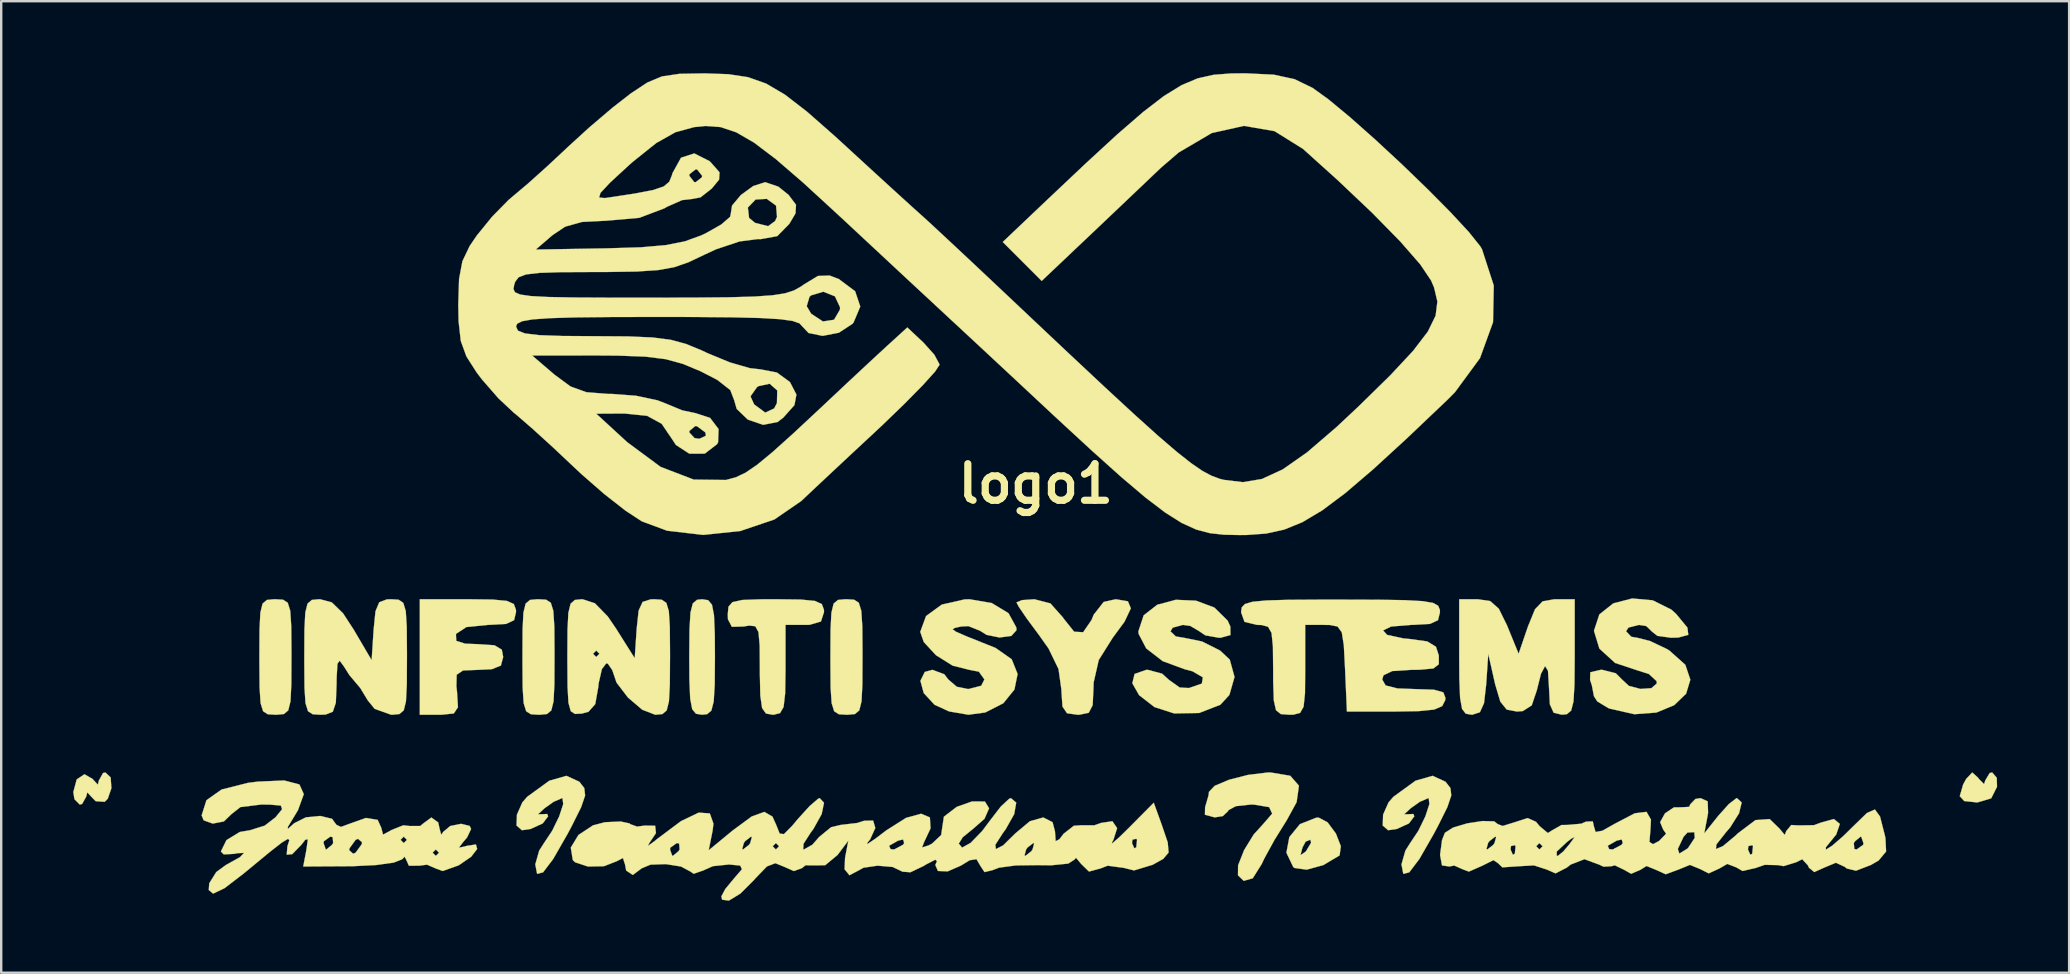
<source format=kicad_pcb>
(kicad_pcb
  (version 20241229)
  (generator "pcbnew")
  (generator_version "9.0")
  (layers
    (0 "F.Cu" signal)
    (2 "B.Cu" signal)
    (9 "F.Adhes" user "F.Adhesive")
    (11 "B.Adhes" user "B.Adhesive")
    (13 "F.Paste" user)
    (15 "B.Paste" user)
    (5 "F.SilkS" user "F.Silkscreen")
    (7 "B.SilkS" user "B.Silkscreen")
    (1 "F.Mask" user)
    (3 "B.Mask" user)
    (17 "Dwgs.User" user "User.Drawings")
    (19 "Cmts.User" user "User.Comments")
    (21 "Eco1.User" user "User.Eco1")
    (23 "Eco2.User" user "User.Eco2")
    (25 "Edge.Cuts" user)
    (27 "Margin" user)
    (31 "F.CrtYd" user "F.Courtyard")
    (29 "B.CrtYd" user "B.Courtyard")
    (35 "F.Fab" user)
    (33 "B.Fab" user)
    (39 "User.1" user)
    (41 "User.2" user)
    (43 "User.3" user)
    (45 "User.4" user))
  (footprint "logo1"
    (layer "F.Cu")
    (at 40.11 17.108)
    (property "Reference" "logo1" (at 0 0 0) (layer "F.SilkS") (effects (font (size 1.524 1.524) (thickness 0.3))))
    (attr through_hole)
    (fp_poly (pts (xy 40.047 12.253) (xy 40.057 12.628) (xy 39.815 13.109) (xy 39.236 13.281) (xy 38.691 13.222) (xy 38.505 13.018) (xy 38.646 12.53) (xy 38.773 12.299) (xy 39.024 12.032) (xy 39.263 12.245) (xy 39.299 12.299) (xy 39.518 12.517) (xy 39.566 12.366) (xy 39.751 12.055) (xy 39.856 12.032) (xy 40.047 12.253)) (stroke (width 0.01) (type solid)) (fill yes) (layer "F.SilkS"))
    (fp_poly (pts (xy -38.549 12.238) (xy -38.518 12.688) (xy -38.669 13.126) (xy -38.798 13.253) (xy -39.172 13.228) (xy -39.329 13.068) (xy -39.524 12.862) (xy -39.566 13.034) (xy -39.739 13.345) (xy -39.838 13.368) (xy -40.057 13.145) (xy -40.105 12.849) (xy -39.963 12.321) (xy -39.642 12.106) (xy -39.297 12.303) (xy -39.277 12.332) (xy -39.082 12.538) (xy -39.04 12.366) (xy -38.867 12.055) (xy -38.768 12.032) (xy -38.549 12.238)) (stroke (width 0.01) (type solid)) (fill yes) (layer "F.SilkS"))
    (fp_poly (pts (xy -13.649 4.853) (xy -13.491 5.041) (xy -13.407 5.48) (xy -13.374 6.27) (xy -13.368 7.219) (xy -13.377 8.362) (xy -13.419 9.073) (xy -13.517 9.452) (xy -13.692 9.602) (xy -13.903 9.625) (xy -14.157 9.585) (xy -14.315 9.397) (xy -14.399 8.958) (xy -14.433 8.168) (xy -14.438 7.219) (xy -14.429 6.076) (xy -14.387 5.365) (xy -14.29 4.986) (xy -14.114 4.836) (xy -13.903 4.813) (xy -13.649 4.853)) (stroke (width 0.01) (type solid)) (fill yes) (layer "F.SilkS"))
    (fp_poly (pts (xy -31.367 4.832) (xy -31.17 4.958) (xy -31.065 5.294) (xy -31.023 5.942) (xy -31.015 7.007) (xy -31.015 7.219) (xy -31.02 8.358) (xy -31.055 9.065) (xy -31.148 9.444) (xy -31.329 9.596) (xy -31.624 9.625) (xy -31.683 9.625) (xy -32 9.606) (xy -32.196 9.48) (xy -32.301 9.144) (xy -32.343 8.495) (xy -32.352 7.431) (xy -32.352 7.219) (xy -32.346 6.08) (xy -32.311 5.373) (xy -32.218 4.994) (xy -32.038 4.842) (xy -31.742 4.813) (xy -31.683 4.813) (xy -31.367 4.832)) (stroke (width 0.01) (type solid)) (fill yes) (layer "F.SilkS"))
    (fp_poly (pts (xy -20.405 4.832) (xy -20.208 4.958) (xy -20.103 5.294) (xy -20.061 5.942) (xy -20.053 7.007) (xy -20.053 7.219) (xy -20.058 8.358) (xy -20.093 9.065) (xy -20.186 9.444) (xy -20.366 9.596) (xy -20.662 9.625) (xy -20.721 9.625) (xy -21.037 9.606) (xy -21.234 9.48) (xy -21.339 9.144) (xy -21.381 8.495) (xy -21.389 7.431) (xy -21.389 7.219) (xy -21.384 6.08) (xy -21.349 5.373) (xy -21.256 4.994) (xy -21.076 4.842) (xy -20.78 4.813) (xy -20.721 4.813) (xy -20.405 4.832)) (stroke (width 0.01) (type solid)) (fill yes) (layer "F.SilkS"))
    (fp_poly (pts (xy -7.571 4.832) (xy -7.374 4.958) (xy -7.269 5.294) (xy -7.227 5.942) (xy -7.219 7.007) (xy -7.219 7.219) (xy -7.224 8.358) (xy -7.259 9.065) (xy -7.353 9.444) (xy -7.533 9.596) (xy -7.828 9.625) (xy -7.887 9.625) (xy -8.204 9.606) (xy -8.4 9.48) (xy -8.505 9.144) (xy -8.548 8.495) (xy -8.556 7.431) (xy -8.556 7.219) (xy -8.55 6.08) (xy -8.515 5.373) (xy -8.422 4.994) (xy -8.242 4.842) (xy -7.946 4.813) (xy -7.887 4.813) (xy -7.571 4.832)) (stroke (width 0.01) (type solid)) (fill yes) (layer "F.SilkS"))
    (fp_poly (pts (xy 12.162 14.11) (xy 12.509 14.578) (xy 12.714 15.105) (xy 12.663 15.481) (xy 12.646 15.497) (xy 11.98 15.892) (xy 11.29 16.081) (xy 10.783 16.012) (xy 10.728 15.968) (xy 10.493 15.474) (xy 11.032 15.474) (xy 11.227 15.346) (xy 11.263 15.311) (xy 11.474 14.961) (xy 11.445 14.832) (xy 11.246 14.912) (xy 11.113 15.162) (xy 11.032 15.474) (xy 10.493 15.474) (xy 10.446 15.374) (xy 10.567 14.725) (xy 11.008 14.185) (xy 11.683 13.918) (xy 11.788 13.912) (xy 12.162 14.11)) (stroke (width 0.01) (type solid)) (fill yes) (layer "F.SilkS"))
    (fp_poly (pts (xy -22.637 4.825) (xy -22.035 4.883) (xy -21.747 5.015) (xy -21.66 5.251) (xy -21.657 5.347) (xy -21.738 5.685) (xy -22.071 5.842) (xy -22.795 5.882) (xy -22.831 5.882) (xy -23.724 5.971) (xy -24.143 6.246) (xy -24.16 6.283) (xy -24.147 6.547) (xy -23.773 6.665) (xy -23.253 6.684) (xy -22.556 6.73) (xy -22.25 6.914) (xy -22.192 7.219) (xy -22.287 7.576) (xy -22.666 7.729) (xy -23.207 7.754) (xy -23.866 7.781) (xy -24.13 7.96) (xy -24.142 8.436) (xy -24.114 8.689) (xy -24.077 9.314) (xy -24.25 9.572) (xy -24.757 9.625) (xy -24.836 9.625) (xy -25.667 9.625) (xy -25.667 4.813) (xy -23.662 4.813) (xy -22.637 4.825)) (stroke (width 0.01) (type solid)) (fill yes) (layer "F.SilkS"))
    (fp_poly (pts (xy -19.019 12.417) (xy -18.813 12.681) (xy -18.778 12.992) (xy -18.943 13.477) (xy -19.334 14.262) (xy -19.504 14.582) (xy -20.108 15.636) (xy -20.53 16.193) (xy -20.778 16.258) (xy -20.855 15.863) (xy -20.691 15.287) (xy -20.505 14.994) (xy -20.152 14.464) (xy -19.857 13.859) (xy -19.69 13.348) (xy -19.72 13.104) (xy -19.74 13.101) (xy -20.089 13.253) (xy -20.469 13.522) (xy -20.74 13.773) (xy -20.654 13.774) (xy -20.357 13.761) (xy -20.32 13.859) (xy -20.544 14.155) (xy -21.052 14.386) (xy -21.411 14.438) (xy -21.636 14.242) (xy -21.619 13.788) (xy -21.393 13.277) (xy -21.189 13.043) (xy -20.269 12.375) (xy -19.556 12.171) (xy -19.019 12.417)) (stroke (width 0.01) (type solid)) (fill yes) (layer "F.SilkS"))
    (fp_poly (pts (xy 3.841 4.898) (xy 3.964 5.192) (xy 3.7 5.748) (xy 3.208 6.417) (xy 2.626 7.344) (xy 2.413 8.279) (xy 2.406 8.527) (xy 2.372 9.228) (xy 2.209 9.544) (xy 1.826 9.624) (xy 1.738 9.625) (xy 1.304 9.565) (xy 1.114 9.285) (xy 1.07 8.632) (xy 1.069 8.576) (xy 0.949 7.721) (xy 0.532 6.863) (xy 0.134 6.301) (xy -0.372 5.618) (xy -0.712 5.119) (xy -0.802 4.944) (xy -0.571 4.849) (xy -0.058 4.813) (xy 0.612 4.986) (xy 1.138 5.578) (xy 1.163 5.619) (xy 1.6 6.166) (xy 1.976 6.187) (xy 2.324 5.679) (xy 2.416 5.455) (xy 2.832 4.925) (xy 3.335 4.813) (xy 3.841 4.898)) (stroke (width 0.01) (type solid)) (fill yes) (layer "F.SilkS"))
    (fp_poly (pts (xy 10.606 12.169) (xy 10.968 12.582) (xy 10.871 13.269) (xy 10.457 14.025) (xy 9.947 14.844) (xy 9.524 15.617) (xy 9.419 15.842) (xy 9.043 16.44) (xy 8.667 16.548) (xy 8.427 16.317) (xy 8.432 15.902) (xy 8.682 15.269) (xy 9.082 14.616) (xy 9.474 14.185) (xy 9.853 13.746) (xy 9.727 13.476) (xy 9.094 13.37) (xy 8.957 13.368) (xy 8.338 13.436) (xy 8.029 13.601) (xy 8.021 13.636) (xy 7.796 13.849) (xy 7.458 13.903) (xy 7.05 13.792) (xy 7.057 13.48) (xy 7.2 12.988) (xy 7.219 12.838) (xy 7.456 12.588) (xy 8.055 12.335) (xy 8.844 12.133) (xy 9.654 12.034) (xy 9.786 12.032) (xy 10.606 12.169)) (stroke (width 0.01) (type solid)) (fill yes) (layer "F.SilkS"))
    (fp_poly (pts (xy 17.076 12.417) (xy 17.281 12.681) (xy 17.316 12.992) (xy 17.152 13.477) (xy 16.761 14.262) (xy 16.591 14.582) (xy 15.987 15.636) (xy 15.564 16.193) (xy 15.317 16.258) (xy 15.24 15.863) (xy 15.404 15.287) (xy 15.589 14.994) (xy 15.942 14.464) (xy 16.237 13.859) (xy 16.404 13.348) (xy 16.375 13.104) (xy 16.355 13.101) (xy 16.006 13.253) (xy 15.625 13.522) (xy 15.354 13.773) (xy 15.441 13.774) (xy 15.737 13.761) (xy 15.775 13.859) (xy 15.551 14.155) (xy 15.043 14.386) (xy 14.683 14.438) (xy 14.459 14.242) (xy 14.475 13.788) (xy 14.702 13.277) (xy 14.906 13.043) (xy 15.826 12.375) (xy 16.538 12.171) (xy 17.076 12.417)) (stroke (width 0.01) (type solid)) (fill yes) (layer "F.SilkS"))
    (fp_poly (pts (xy -9.803 4.825) (xy -9.202 4.883) (xy -8.913 5.015) (xy -8.826 5.251) (xy -8.823 5.347) (xy -8.949 5.739) (xy -9.418 5.877) (xy -9.625 5.882) (xy -10.427 5.882) (xy -10.427 7.754) (xy -10.442 8.737) (xy -10.507 9.301) (xy -10.655 9.558) (xy -10.92 9.625) (xy -10.962 9.625) (xy -11.241 9.576) (xy -11.402 9.351) (xy -11.477 8.837) (xy -11.497 7.922) (xy -11.497 7.723) (xy -11.504 6.737) (xy -11.554 6.178) (xy -11.687 5.938) (xy -11.944 5.91) (xy -12.165 5.948) (xy -12.662 5.962) (xy -12.826 5.649) (xy -12.834 5.444) (xy -12.804 5.123) (xy -12.64 4.934) (xy -12.229 4.843) (xy -11.459 4.815) (xy -10.828 4.813) (xy -9.803 4.825)) (stroke (width 0.01) (type solid)) (fill yes) (layer "F.SilkS"))
    (fp_poly (pts (xy -1.831 4.973) (xy -1.136 5.393) (xy -0.811 5.984) (xy -0.802 6.104) (xy -1.017 6.342) (xy -1.51 6.407) (xy -2.052 6.296) (xy -2.324 6.124) (xy -2.809 5.932) (xy -3.113 5.949) (xy -3.37 6.007) (xy -3.465 6.064) (xy -3.321 6.168) (xy -2.86 6.368) (xy -2.004 6.71) (xy -1.671 6.844) (xy -1.002 7.313) (xy -0.756 7.927) (xy -0.888 8.576) (xy -1.351 9.147) (xy -2.101 9.53) (xy -2.807 9.625) (xy -3.613 9.487) (xy -4.218 9.209) (xy -4.668 8.722) (xy -4.806 8.212) (xy -4.623 7.842) (xy -4.307 7.754) (xy -3.808 7.94) (xy -3.646 8.155) (xy -3.29 8.46) (xy -2.816 8.556) (xy -2.272 8.418) (xy -2.139 8.155) (xy -2.369 7.831) (xy -2.771 7.754) (xy -3.466 7.578) (xy -4.158 7.144) (xy -4.665 6.596) (xy -4.813 6.172) (xy -4.57 5.512) (xy -3.916 5.036) (xy -2.963 4.819) (xy -2.761 4.813) (xy -1.831 4.973)) (stroke (width 0.01) (type solid)) (fill yes) (layer "F.SilkS"))
    (fp_poly (pts (xy 6.679 4.873) (xy 7.444 5.159) (xy 7.995 5.702) (xy 8.109 5.949) (xy 8.114 6.305) (xy 7.71 6.416) (xy 7.627 6.417) (xy 7.065 6.317) (xy 6.818 6.149) (xy 6.441 5.925) (xy 6.134 5.882) (xy 5.708 5.997) (xy 5.615 6.149) (xy 5.839 6.364) (xy 6.167 6.417) (xy 6.929 6.573) (xy 7.68 6.95) (xy 8.084 7.326) (xy 8.284 8.052) (xy 8.07 8.799) (xy 7.694 9.209) (xy 6.806 9.553) (xy 5.767 9.571) (xy 4.946 9.306) (xy 4.307 8.81) (xy 4.025 8.313) (xy 4.119 7.925) (xy 4.61 7.755) (xy 4.666 7.754) (xy 5.264 7.913) (xy 5.559 8.179) (xy 5.998 8.491) (xy 6.385 8.513) (xy 6.922 8.327) (xy 6.965 8.068) (xy 6.534 7.816) (xy 6.205 7.729) (xy 5.292 7.393) (xy 4.605 6.863) (xy 4.286 6.254) (xy 4.278 6.149) (xy 4.498 5.482) (xy 5.065 5.041) (xy 5.839 4.836) (xy 6.679 4.873)) (stroke (width 0.01) (type solid)) (fill yes) (layer "F.SilkS"))
    (fp_poly (pts (xy 18.939 4.889) (xy 19.297 5.209) (xy 19.64 5.906) (xy 19.657 5.949) (xy 20.122 7.085) (xy 20.511 5.949) (xy 20.803 5.233) (xy 21.122 4.9) (xy 21.611 4.813) (xy 21.679 4.813) (xy 22.459 4.813) (xy 22.459 7.219) (xy 22.45 8.362) (xy 22.408 9.073) (xy 22.311 9.452) (xy 22.135 9.602) (xy 21.924 9.625) (xy 21.58 9.54) (xy 21.424 9.19) (xy 21.389 8.511) (xy 21.345 7.794) (xy 21.225 7.597) (xy 21.053 7.919) (xy 20.88 8.609) (xy 20.669 9.235) (xy 20.299 9.472) (xy 20.05 9.492) (xy 19.626 9.411) (xy 19.359 9.08) (xy 19.146 8.363) (xy 19.129 8.288) (xy 18.857 7.085) (xy 18.771 8.355) (xy 18.681 9.141) (xy 18.508 9.522) (xy 18.19 9.625) (xy 18.166 9.625) (xy 17.919 9.582) (xy 17.765 9.383) (xy 17.683 8.928) (xy 17.651 8.115) (xy 17.646 7.219) (xy 17.646 4.813) (xy 18.419 4.813) (xy 18.939 4.889)) (stroke (width 0.01) (type solid)) (fill yes) (layer "F.SilkS"))
    (fp_poly (pts (xy -26.546 4.833) (xy -26.354 4.965) (xy -26.251 5.309) (xy -26.21 5.969) (xy -26.202 7.048) (xy -26.202 7.219) (xy -26.208 8.358) (xy -26.243 9.065) (xy -26.336 9.444) (xy -26.516 9.596) (xy -26.81 9.625) (xy -26.861 9.625) (xy -27.547 9.381) (xy -27.837 9.024) (xy -28.146 8.514) (xy -28.337 8.288) (xy -28.604 7.969) (xy -28.824 7.62) (xy -29.005 7.372) (xy -29.098 7.5) (xy -29.132 8.073) (xy -29.135 8.355) (xy -29.165 9.124) (xy -29.29 9.498) (xy -29.587 9.617) (xy -29.812 9.625) (xy -30.128 9.606) (xy -30.324 9.48) (xy -30.43 9.144) (xy -30.472 8.495) (xy -30.48 7.431) (xy -30.48 7.219) (xy -30.474 6.08) (xy -30.439 5.372) (xy -30.345 4.994) (xy -30.166 4.842) (xy -29.872 4.813) (xy -29.823 4.813) (xy -29.334 4.943) (xy -28.864 5.4) (xy -28.419 6.083) (xy -27.673 7.353) (xy -27.591 6.083) (xy -27.513 5.312) (xy -27.356 4.937) (xy -27.039 4.819) (xy -26.856 4.813) (xy -26.546 4.833)) (stroke (width 0.01) (type solid)) (fill yes) (layer "F.SilkS"))
    (fp_poly (pts (xy 25.711 4.858) (xy 26.491 5.247) (xy 26.69 5.431) (xy 27.157 5.996) (xy 27.192 6.297) (xy 26.779 6.409) (xy 26.469 6.417) (xy 25.906 6.339) (xy 25.667 6.153) (xy 25.667 6.149) (xy 25.443 5.932) (xy 25.133 5.882) (xy 24.698 5.994) (xy 24.598 6.149) (xy 24.819 6.377) (xy 25.066 6.418) (xy 25.596 6.553) (xy 26.29 6.882) (xy 26.403 6.949) (xy 27.069 7.544) (xy 27.278 8.166) (xy 27.101 8.749) (xy 26.606 9.227) (xy 25.864 9.534) (xy 24.945 9.604) (xy 23.918 9.371) (xy 23.863 9.35) (xy 23.4 9.071) (xy 23.261 8.854) (xy 23.173 8.397) (xy 23.099 8.177) (xy 23.11 7.855) (xy 23.547 7.754) (xy 23.605 7.754) (xy 24.171 7.897) (xy 24.427 8.155) (xy 24.719 8.425) (xy 25.197 8.55) (xy 25.653 8.519) (xy 25.88 8.324) (xy 25.869 8.222) (xy 25.546 7.926) (xy 25.131 7.796) (xy 24.143 7.468) (xy 23.487 6.87) (xy 23.261 6.128) (xy 23.486 5.445) (xy 24.065 4.985) (xy 24.855 4.78) (xy 25.711 4.858)) (stroke (width 0.01) (type solid)) (fill yes) (layer "F.SilkS"))
    (fp_poly (pts (xy -15.584 4.833) (xy -15.392 4.965) (xy -15.289 5.309) (xy -15.248 5.969) (xy -15.24 7.048) (xy -15.24 7.219) (xy -15.247 8.359) (xy -15.284 9.066) (xy -15.378 9.445) (xy -15.556 9.597) (xy -15.843 9.625) (xy -15.858 9.625) (xy -16.399 9.415) (xy -16.995 8.907) (xy -17.469 8.285) (xy -17.646 7.765) (xy -17.832 7.496) (xy -17.898 7.486) (xy -18.079 7.723) (xy -18.213 8.309) (xy -18.232 8.489) (xy -18.356 9.184) (xy -18.639 9.503) (xy -18.916 9.577) (xy -19.2 9.593) (xy -19.377 9.477) (xy -19.472 9.13) (xy -19.51 8.453) (xy -19.518 7.349) (xy -19.518 7.238) (xy -19.517 7.085) (xy -18.448 7.085) (xy -18.315 7.219) (xy -18.181 7.085) (xy -18.315 6.952) (xy -18.448 7.085) (xy -19.517 7.085) (xy -19.512 6.093) (xy -19.476 5.38) (xy -19.383 4.998) (xy -19.207 4.843) (xy -18.922 4.813) (xy -18.888 4.813) (xy -18.372 4.979) (xy -17.833 5.531) (xy -17.485 6.042) (xy -16.711 7.271) (xy -16.629 6.042) (xy -16.548 5.286) (xy -16.382 4.925) (xy -16.046 4.817) (xy -15.894 4.813) (xy -15.584 4.833)) (stroke (width 0.01) (type solid)) (fill yes) (layer "F.SilkS"))
    (fp_poly (pts (xy 14.271 4.833) (xy 15.386 4.851) (xy 16.122 4.892) (xy 16.558 4.966) (xy 16.771 5.084) (xy 16.84 5.254) (xy 16.844 5.357) (xy 16.762 5.686) (xy 16.427 5.841) (xy 15.703 5.882) (xy 15.641 5.882) (xy 14.809 5.95) (xy 14.474 6.111) (xy 14.642 6.298) (xy 15.321 6.445) (xy 15.574 6.468) (xy 16.316 6.571) (xy 16.676 6.791) (xy 16.796 7.152) (xy 16.797 7.521) (xy 16.573 7.697) (xy 15.995 7.751) (xy 15.66 7.754) (xy 14.86 7.805) (xy 14.492 7.978) (xy 14.438 8.155) (xy 14.579 8.405) (xy 15.07 8.529) (xy 15.794 8.556) (xy 16.599 8.583) (xy 16.986 8.694) (xy 17.074 8.931) (xy 17.061 9.024) (xy 16.936 9.267) (xy 16.604 9.41) (xy 15.953 9.476) (xy 14.969 9.492) (xy 12.967 9.492) (xy 12.888 7.687) (xy 12.838 6.732) (xy 12.753 6.192) (xy 12.577 5.949) (xy 12.254 5.885) (xy 12.019 5.882) (xy 11.229 5.882) (xy 11.229 7.754) (xy 11.22 8.731) (xy 11.162 9.291) (xy 11.016 9.549) (xy 10.739 9.622) (xy 10.561 9.625) (xy 10.212 9.598) (xy 10.012 9.437) (xy 9.92 9.028) (xy 9.894 8.253) (xy 9.893 7.754) (xy 9.883 6.776) (xy 9.826 6.216) (xy 9.679 5.958) (xy 9.402 5.886) (xy 9.224 5.882) (xy 8.699 5.756) (xy 8.556 5.354) (xy 8.583 5.154) (xy 8.715 5.012) (xy 9.032 4.918) (xy 9.61 4.863) (xy 10.528 4.836) (xy 11.865 4.828) (xy 12.7 4.828) (xy 14.271 4.833)) (stroke (width 0.01) (type solid)) (fill yes) (layer "F.SilkS"))
    (fp_poly (pts (xy -30.683 12.531) (xy -30.5 12.935) (xy -30.742 13.599) (xy -30.885 13.838) (xy -31.169 14.306) (xy -31.161 14.379) (xy -30.897 14.144) (xy -30.413 13.901) (xy -29.817 13.843) (xy -29.323 13.962) (xy -29.143 14.211) (xy -28.951 14.301) (xy -28.626 14.18) (xy -27.909 13.926) (xy -27.422 14.007) (xy -27.272 14.337) (xy -27.2 14.62) (xy -26.906 14.467) (xy -26.874 14.441) (xy -26.354 14.233) (xy -26.08 14.263) (xy -25.649 14.262) (xy -25.526 14.159) (xy -25.183 13.908) (xy -24.9 14.113) (xy -24.844 14.371) (xy -24.776 14.624) (xy -24.688 14.505) (xy -24.398 14.262) (xy -23.946 14.171) (xy -23.59 14.258) (xy -23.528 14.384) (xy -23.696 14.738) (xy -23.863 14.935) (xy -24.039 15.166) (xy -23.776 15.111) (xy -23.729 15.094) (xy -23.328 15.031) (xy -23.276 15.219) (xy -23.528 15.545) (xy -24.041 15.897) (xy -24.048 15.901) (xy -24.712 16.138) (xy -25.006 16.03) (xy -25.366 15.873) (xy -25.69 15.916) (xy -26.121 15.917) (xy -26.206 15.726) (xy -26.296 15.541) (xy -26.407 15.651) (xy -26.753 15.787) (xy -27.484 15.889) (xy -28.448 15.937) (xy -28.564 15.938) (xy -30.524 15.949) (xy -30.395 15.272) (xy -28.608 15.272) (xy -28.444 15.417) (xy -28.341 15.374) (xy -25.133 15.374) (xy -24.999 15.507) (xy -24.865 15.374) (xy -24.999 15.24) (xy -25.133 15.374) (xy -28.341 15.374) (xy -28.084 15.019) (xy -28.074 14.941) (xy -28.19 14.839) (xy -26.469 14.839) (xy -26.336 14.973) (xy -26.202 14.839) (xy -26.336 14.705) (xy -26.469 14.839) (xy -28.19 14.839) (xy -28.238 14.796) (xy -28.341 14.839) (xy -28.598 15.193) (xy -28.608 15.272) (xy -30.395 15.272) (xy -30.394 15.265) (xy -30.352 14.973) (xy -29.678 14.973) (xy -29.587 15.233) (xy -29.56 15.24) (xy -29.332 15.053) (xy -29.277 14.973) (xy -29.298 14.726) (xy -29.395 14.705) (xy -29.667 14.899) (xy -29.678 14.973) (xy -30.352 14.973) (xy -30.33 14.815) (xy -30.438 14.834) (xy -30.602 15.045) (xy -30.983 15.436) (xy -31.213 15.456) (xy -31.182 15.1) (xy -31.171 15.068) (xy -31.102 14.852) (xy -31.159 14.797) (xy -31.409 14.947) (xy -31.918 15.344) (xy -32.753 16.033) (xy -33.001 16.238) (xy -33.803 16.853) (xy -34.278 17.08) (xy -34.461 16.93) (xy -34.441 16.65) (xy -34.149 16.182) (xy -33.748 15.888) (xy -33.155 15.557) (xy -32.992 15.382) (xy -33.284 15.396) (xy -33.395 15.423) (xy -33.835 15.445) (xy -33.956 15.325) (xy -33.724 14.851) (xy -33.17 14.512) (xy -32.741 14.438) (xy -32.13 14.247) (xy -31.683 13.903) (xy -31.405 13.563) (xy -31.457 13.41) (xy -31.922 13.37) (xy -32.282 13.368) (xy -33.142 13.474) (xy -33.518 13.769) (xy -33.83 14.072) (xy -34.295 14.161) (xy -34.672 14.026) (xy -34.758 13.821) (xy -34.557 13.187) (xy -33.928 12.743) (xy -32.832 12.465) (xy -32.423 12.413) (xy -31.316 12.365) (xy -30.683 12.531)) (stroke (width 0.01) (type solid)) (fill yes) (layer "F.SilkS"))
    (fp_poly (pts (xy 29.417 13.281) (xy 29.308 13.732) (xy 28.937 14.321) (xy 28.755 14.533) (xy 28.363 15.031) (xy 28.344 15.222) (xy 28.632 15.103) (xy 29.157 14.666) (xy 29.253 14.572) (xy 29.991 14.016) (xy 30.584 13.973) (xy 30.993 14.371) (xy 31.213 14.635) (xy 31.274 14.474) (xy 31.484 14.22) (xy 31.779 14.238) (xy 32.431 14.227) (xy 32.717 14.121) (xy 33.26 13.971) (xy 33.508 14.175) (xy 33.356 14.618) (xy 33.263 14.732) (xy 32.927 15.146) (xy 32.926 15.248) (xy 33.191 15.08) (xy 33.315 14.973) (xy 34.089 14.973) (xy 34.111 15.219) (xy 34.207 15.24) (xy 34.48 15.046) (xy 34.491 14.973) (xy 34.399 14.712) (xy 34.373 14.705) (xy 34.144 14.893) (xy 34.089 14.973) (xy 33.315 14.973) (xy 33.654 14.679) (xy 34.071 14.269) (xy 34.635 13.721) (xy 34.969 13.574) (xy 35.182 13.867) (xy 35.38 14.64) (xy 35.407 14.764) (xy 35.435 15.325) (xy 35.124 15.699) (xy 34.801 15.886) (xy 34.181 16.125) (xy 33.792 16.031) (xy 33.722 15.968) (xy 33.343 15.793) (xy 32.874 15.988) (xy 32.441 16.182) (xy 32.219 15.998) (xy 32.181 15.908) (xy 31.94 15.647) (xy 31.686 15.773) (xy 31.164 15.934) (xy 30.936 15.892) (xy 30.376 15.88) (xy 30.007 16.009) (xy 29.452 16.137) (xy 29.195 15.987) (xy 28.817 15.842) (xy 28.486 16.033) (xy 28.043 16.236) (xy 27.694 16.059) (xy 27.26 15.882) (xy 26.78 16.078) (xy 26.253 16.273) (xy 25.87 16.099) (xy 25.452 15.928) (xy 25.191 16.091) (xy 24.811 16.253) (xy 24.518 16.087) (xy 24.132 15.901) (xy 23.99 15.938) (xy 23.661 15.958) (xy 23.479 15.872) (xy 22.866 15.645) (xy 22.289 15.87) (xy 22.13 15.995) (xy 21.662 16.236) (xy 21.299 16.078) (xy 20.759 15.903) (xy 20.091 15.941) (xy 19.445 15.985) (xy 19.251 15.802) (xy 19.072 15.685) (xy 18.607 15.917) (xy 18.05 16.162) (xy 17.796 16.068) (xy 17.44 15.91) (xy 17.237 15.949) (xy 16.929 15.905) (xy 16.848 15.469) (xy 16.881 15.223) (xy 18.781 15.223) (xy 18.818 15.24) (xy 19.785 15.24) (xy 19.883 15.46) (xy 19.964 15.418) (xy 19.973 15.329) (xy 21.709 15.329) (xy 21.711 15.503) (xy 21.758 15.507) (xy 21.981 15.325) (xy 22.185 15.086) (xy 23.834 15.086) (xy 23.897 15.226) (xy 24.047 15.24) (xy 24.09 15.217) (xy 26.756 15.217) (xy 26.819 15.411) (xy 27.099 15.24) (xy 29.678 15.24) (xy 29.776 15.46) (xy 29.856 15.418) (xy 29.888 15.101) (xy 29.856 15.062) (xy 29.697 15.098) (xy 29.678 15.24) (xy 27.099 15.24) (xy 27.147 15.211) (xy 27.189 15.17) (xy 27.463 14.754) (xy 27.442 14.519) (xy 27.159 14.533) (xy 26.994 14.713) (xy 26.756 15.217) (xy 24.09 15.217) (xy 24.41 15.046) (xy 24.462 14.976) (xy 24.419 14.824) (xy 24.211 14.871) (xy 23.834 15.086) (xy 22.185 15.086) (xy 22.226 15.039) (xy 22.457 14.723) (xy 22.318 14.789) (xy 22.125 14.939) (xy 21.709 15.329) (xy 19.973 15.329) (xy 19.995 15.106) (xy 20.855 15.106) (xy 20.988 15.24) (xy 21.122 15.106) (xy 20.988 14.973) (xy 20.855 15.106) (xy 19.995 15.106) (xy 19.996 15.101) (xy 19.964 15.062) (xy 19.805 15.098) (xy 19.785 15.24) (xy 18.818 15.24) (xy 19.062 15.052) (xy 19.117 14.973) (xy 19.185 14.723) (xy 19.148 14.705) (xy 18.904 14.893) (xy 18.849 14.973) (xy 18.781 15.223) (xy 16.881 15.223) (xy 16.93 14.849) (xy 17.049 14.546) (xy 17.392 14.327) (xy 17.981 14.152) (xy 18.617 14.055) (xy 19.103 14.068) (xy 19.251 14.182) (xy 19.456 14.261) (xy 19.948 14.109) (xy 20.5 13.931) (xy 20.848 14.088) (xy 20.992 14.264) (xy 21.34 14.555) (xy 21.521 14.441) (xy 21.91 14.22) (xy 22.148 14.218) (xy 22.734 14.166) (xy 22.927 14.081) (xy 23.212 14.069) (xy 23.261 14.285) (xy 23.33 14.512) (xy 23.615 14.458) (xy 24.13 14.168) (xy 24.963 13.732) (xy 25.452 13.672) (xy 25.637 13.996) (xy 25.615 14.409) (xy 25.574 14.926) (xy 25.723 15.019) (xy 25.975 14.886) (xy 26.267 14.585) (xy 26.142 14.401) (xy 26.019 14.101) (xy 26.221 13.735) (xy 26.597 13.484) (xy 26.913 13.482) (xy 27.231 13.464) (xy 27.272 13.36) (xy 27.49 13.135) (xy 27.704 13.101) (xy 28.001 13.235) (xy 28.017 13.716) (xy 27.996 13.836) (xy 27.856 14.572) (xy 28.443 13.836) (xy 28.883 13.346) (xy 29.195 13.106) (xy 29.22 13.101) (xy 29.417 13.281)) (stroke (width 0.01) (type solid)) (fill yes) (layer "F.SilkS"))
    (fp_poly (pts (xy -0.813 13.288) (xy -0.897 13.766) (xy -1.258 14.406) (xy -1.356 14.536) (xy -1.684 15.044) (xy -1.66 15.224) (xy -1.359 15.07) (xy -0.856 14.576) (xy -0.852 14.572) (xy -0.244 14.064) (xy 0.315 13.906) (xy 0.701 14.103) (xy 0.802 14.489) (xy 0.83 14.895) (xy 0.988 14.812) (xy 1.16 14.586) (xy 1.588 14.252) (xy 1.895 14.231) (xy 2.441 14.233) (xy 2.724 14.134) (xy 3.194 14.063) (xy 3.392 14.351) (xy 3.232 14.853) (xy 3.188 14.918) (xy 3.169 15) (xy 3.201 14.973) (xy 4.011 14.973) (xy 4.108 15.193) (xy 4.189 15.151) (xy 4.221 14.834) (xy 4.189 14.794) (xy 4.03 14.831) (xy 4.011 14.973) (xy 3.201 14.973) (xy 3.457 14.753) (xy 3.886 14.333) (xy 4.918 13.292) (xy 5.246 14.199) (xy 5.501 14.948) (xy 5.536 15.367) (xy 5.314 15.632) (xy 4.871 15.878) (xy 4.096 16.113) (xy 3.672 16.007) (xy 2.996 15.916) (xy 2.692 16.033) (xy 2.219 16.16) (xy 1.895 15.845) (xy 1.894 15.843) (xy 1.677 15.585) (xy 1.612 15.662) (xy 1.355 15.828) (xy 0.644 15.899) (xy 0.067 15.893) (xy -0.83 15.905) (xy -1.529 15.998) (xy -1.802 16.102) (xy -2.134 16.183) (xy -2.302 15.929) (xy -2.469 15.645) (xy -2.751 15.688) (xy -3.115 15.91) (xy -3.67 16.153) (xy -4.075 16.136) (xy -4.185 15.886) (xy -4.116 15.729) (xy -4.185 15.665) (xy -4.579 15.869) (xy -4.669 15.926) (xy -5.223 16.19) (xy -5.562 16.165) (xy -5.571 16.155) (xy -5.964 15.969) (xy -6.593 15.915) (xy -7.176 16) (xy -7.373 16.109) (xy -7.763 16.314) (xy -7.966 16.064) (xy -7.946 15.59) (xy -7.927 15.49) (xy -0.469 15.49) (xy -0.433 15.507) (xy -0.189 15.319) (xy -0.134 15.24) (xy -0.066 14.99) (xy -0.102 14.973) (xy -0.346 15.161) (xy -0.401 15.24) (xy -0.469 15.49) (xy -7.927 15.49) (xy -7.85 15.086) (xy -6.111 15.086) (xy -6.048 15.226) (xy -5.898 15.24) (xy -5.535 15.046) (xy -5.483 14.976) (xy -5.526 14.824) (xy -5.735 14.871) (xy -6.111 15.086) (xy -7.85 15.086) (xy -7.808 14.871) (xy -8.26 15.47) (xy -8.772 15.895) (xy -9.141 15.903) (xy -9.595 15.899) (xy -9.744 16.018) (xy -10.078 16.14) (xy -10.461 15.97) (xy -10.85 15.812) (xy -11.201 15.946) (xy -11.68 16.441) (xy -11.738 16.51) (xy -12.308 17.078) (xy -12.786 17.37) (xy -13.067 17.334) (xy -13.101 17.196) (xy -12.936 16.887) (xy -12.583 16.46) (xy -12.242 16.063) (xy -12.317 15.911) (xy -12.783 15.865) (xy -13.455 15.936) (xy -13.857 16.115) (xy -14.255 16.253) (xy -14.391 16.159) (xy -14.783 15.95) (xy -15.42 15.85) (xy -16.054 15.872) (xy -16.436 16.032) (xy -16.444 16.043) (xy -16.79 16.302) (xy -17.067 16.118) (xy -17.112 15.876) (xy -17.201 15.596) (xy -17.458 15.729) (xy -17.992 15.938) (xy -18.664 15.95) (xy -19.197 15.773) (xy -19.292 15.679) (xy -19.362 15.24) (xy -15.24 15.24) (xy -15.149 15.5) (xy -15.122 15.507) (xy -14.894 15.32) (xy -14.839 15.24) (xy -14.86 14.994) (xy -14.957 14.973) (xy -15.229 15.167) (xy -15.24 15.24) (xy -19.362 15.24) (xy -19.375 15.162) (xy -19.056 14.636) (xy -18.448 14.235) (xy -17.949 14.104) (xy -17.296 14.075) (xy -16.922 14.155) (xy -16.898 14.184) (xy -16.614 14.287) (xy -16.297 14.245) (xy -15.859 14.251) (xy -15.826 14.558) (xy -16.109 14.982) (xy -16.165 15.095) (xy -15.882 14.891) (xy -15.775 14.802) (xy -14.785 14.061) (xy -14.044 13.705) (xy -13.582 13.737) (xy -13.43 14.163) (xy -13.465 14.455) (xy -13.629 15.273) (xy -13.567 15.223) (xy -12.233 15.223) (xy -12.197 15.24) (xy -12.024 15.106) (xy -10.962 15.106) (xy -10.828 15.24) (xy -10.695 15.106) (xy -10.828 14.973) (xy -10.962 15.106) (xy -12.024 15.106) (xy -11.953 15.052) (xy -11.898 14.973) (xy -11.83 14.723) (xy -11.866 14.705) (xy -12.11 14.893) (xy -12.165 14.973) (xy -12.233 15.223) (xy -13.567 15.223) (xy -12.636 14.455) (xy -11.837 13.866) (xy -11.308 13.674) (xy -10.971 13.87) (xy -10.81 14.229) (xy -10.672 14.578) (xy -10.494 14.6) (xy -10.156 14.261) (xy -9.904 13.961) (xy -9.419 13.428) (xy -9.068 13.126) (xy -9.004 13.101) (xy -8.822 13.292) (xy -8.921 13.768) (xy -9.266 14.387) (xy -9.377 14.536) (xy -9.676 15.002) (xy -9.69 15.234) (xy -9.66 15.24) (xy -9.31 15.043) (xy -9.023 14.718) (xy -8.532 14.315) (xy -8.139 14.219) (xy -7.438 14.136) (xy -7.152 14.044) (xy -6.776 14.036) (xy -6.685 14.344) (xy -6.901 14.819) (xy -7.018 14.962) (xy -7.021 15.018) (xy -6.683 14.791) (xy -6.23 14.446) (xy -5.405 13.924) (xy -4.775 13.751) (xy -4.411 13.904) (xy -4.384 14.362) (xy -4.652 14.932) (xy -4.738 15.157) (xy -4.467 15.072) (xy -4.32 14.995) (xy -3.94 14.637) (xy -3.899 14.343) (xy -3.827 13.874) (xy -3.292 13.464) (xy -2.65 13.238) (xy -2.118 13.242) (xy -1.944 13.525) (xy -2.135 13.962) (xy -2.585 14.358) (xy -3.042 14.731) (xy -3.208 14.995) (xy -3.069 15.163) (xy -2.711 14.964) (xy -2.229 14.467) (xy -1.904 14.033) (xy -1.46 13.456) (xy -1.11 13.129) (xy -1.035 13.101) (xy -0.813 13.288)) (stroke (width 0.01) (type solid)) (fill yes) (layer "F.SilkS"))
    (fp_poly (pts (xy 9.921 -17.046) (xy 10.788 -16.858) (xy 11.539 -16.493) (xy 11.541 -16.492) (xy 12.201 -16.015) (xy 13.098 -15.272) (xy 14.143 -14.345) (xy 15.25 -13.319) (xy 16.328 -12.278) (xy 17.292 -11.305) (xy 18.052 -10.484) (xy 18.521 -9.898) (xy 18.595 -9.775) (xy 19.086 -8.26) (xy 19.056 -6.733) (xy 18.513 -5.236) (xy 17.468 -3.813) (xy 17.171 -3.513) (xy 15.456 -1.883) (xy 14.053 -0.596) (xy 12.902 0.387) (xy 11.942 1.106) (xy 11.112 1.601) (xy 10.351 1.911) (xy 9.599 2.076) (xy 8.794 2.135) (xy 8.5 2.138) (xy 7.842 2.124) (xy 7.254 2.059) (xy 6.686 1.908) (xy 6.085 1.635) (xy 5.399 1.203) (xy 4.577 0.578) (xy 3.568 -0.277) (xy 2.318 -1.398) (xy 0.777 -2.82) (xy -0.826 -4.316) (xy -1.485 -4.93) (xy -2.368 -5.752) (xy -3.308 -6.626) (xy -3.516 -6.818) (xy -4.359 -7.602) (xy -5.466 -8.63) (xy -6.705 -9.784) (xy -7.949 -10.943) (xy -8.257 -11.229) (xy -9.697 -12.551) (xy -10.835 -13.532) (xy -11.739 -14.216) (xy -12.481 -14.645) (xy -13.13 -14.862) (xy -13.757 -14.909) (xy -14.244 -14.86) (xy -15.017 -14.647) (xy -15.814 -14.198) (xy -16.775 -13.43) (xy -16.977 -13.251) (xy -17.744 -12.544) (xy -18.137 -12.121) (xy -18.196 -11.927) (xy -17.958 -11.904) (xy -17.912 -11.91) (xy -16.716 -12.091) (xy -15.946 -12.238) (xy -15.499 -12.39) (xy -15.27 -12.586) (xy -15.169 -12.834) (xy -14.438 -12.834) (xy -14.234 -12.574) (xy -14.171 -12.566) (xy -13.911 -12.77) (xy -13.903 -12.834) (xy -14.107 -13.093) (xy -14.171 -13.101) (xy -14.43 -12.898) (xy -14.438 -12.834) (xy -15.169 -12.834) (xy -15.157 -12.864) (xy -15.136 -12.945) (xy -14.781 -13.587) (xy -14.229 -13.765) (xy -13.597 -13.446) (xy -13.537 -13.388) (xy -13.177 -12.978) (xy -13.195 -12.673) (xy -13.502 -12.299) (xy -13.97 -11.933) (xy -14.319 -11.867) (xy -14.738 -11.819) (xy -15.362 -11.543) (xy -15.479 -11.475) (xy -16.519 -11.082) (xy -17.879 -10.962) (xy -18.907 -10.909) (xy -19.607 -10.714) (xy -20.135 -10.361) (xy -20.835 -9.759) (xy -17.889 -9.809) (xy -16.453 -9.853) (xy -15.41 -9.944) (xy -14.621 -10.101) (xy -13.945 -10.346) (xy -13.754 -10.435) (xy -13.1 -10.806) (xy -12.736 -11.123) (xy -12.709 -11.244) (xy -12.668 -11.509) (xy -11.996 -11.509) (xy -11.945 -11.077) (xy -11.697 -10.872) (xy -11.152 -10.733) (xy -10.861 -10.946) (xy -10.781 -11.123) (xy -10.821 -11.59) (xy -11.206 -11.871) (xy -11.673 -11.845) (xy -11.996 -11.509) (xy -12.668 -11.509) (xy -12.655 -11.593) (xy -12.287 -12.031) (xy -11.772 -12.406) (xy -11.274 -12.566) (xy -11.271 -12.566) (xy -10.724 -12.379) (xy -10.3 -12.038) (xy -9.99 -11.626) (xy -10.01 -11.268) (xy -10.27 -10.828) (xy -10.771 -10.318) (xy -11.467 -10.192) (xy -11.575 -10.197) (xy -12.349 -10.096) (xy -13.332 -9.766) (xy -13.827 -9.536) (xy -14.473 -9.228) (xy -15.065 -9.024) (xy -15.737 -8.903) (xy -16.626 -8.843) (xy -17.866 -8.824) (xy -18.408 -8.823) (xy -19.763 -8.817) (xy -20.675 -8.788) (xy -21.239 -8.723) (xy -21.547 -8.605) (xy -21.692 -8.419) (xy -21.734 -8.288) (xy -21.763 -8.112) (xy -21.701 -7.98) (xy -21.483 -7.885) (xy -21.044 -7.821) (xy -20.32 -7.782) (xy -19.245 -7.762) (xy -17.754 -7.755) (xy -16.14 -7.754) (xy -14.235 -7.757) (xy -12.789 -7.77) (xy -11.726 -7.8) (xy -10.97 -7.853) (xy -10.445 -7.935) (xy -10.077 -8.054) (xy -9.788 -8.214) (xy -9.661 -8.304) (xy -9.075 -8.659) (xy -8.589 -8.676) (xy -8.207 -8.531) (xy -7.526 -8.022) (xy -7.312 -7.384) (xy -7.593 -6.716) (xy -7.637 -6.665) (xy -8.203 -6.294) (xy -8.882 -6.162) (xy -9.466 -6.281) (xy -9.722 -6.551) (xy -9.843 -6.684) (xy -10.132 -6.785) (xy -10.652 -6.857) (xy -11.469 -6.906) (xy -12.645 -6.935) (xy -14.243 -6.949) (xy -15.766 -6.952) (xy -17.713 -6.947) (xy -19.187 -6.932) (xy -20.252 -6.9) (xy -20.968 -6.849) (xy -21.4 -6.773) (xy -21.608 -6.67) (xy -21.657 -6.551) (xy -21.577 -6.379) (xy -21.283 -6.263) (xy -20.693 -6.192) (xy -19.727 -6.158) (xy -18.407 -6.149) (xy -16.99 -6.14) (xy -15.971 -6.096) (xy -15.212 -5.999) (xy -14.577 -5.827) (xy -13.928 -5.56) (xy -13.662 -5.435) (xy -12.745 -5.057) (xy -11.917 -4.817) (xy -11.472 -4.767) (xy -10.788 -4.636) (xy -10.244 -4.24) (xy -9.973 -3.717) (xy -10.055 -3.277) (xy -10.524 -2.751) (xy -10.759 -2.572) (xy -11.359 -2.455) (xy -11.998 -2.673) (xy -12.461 -3.118) (xy -12.566 -3.482) (xy -12.627 -3.641) (xy -11.887 -3.641) (xy -11.735 -3.307) (xy -11.27 -2.965) (xy -10.9 -3.138) (xy -10.785 -3.36) (xy -10.772 -3.888) (xy -11.087 -4.168) (xy -11.558 -4.066) (xy -11.622 -4.017) (xy -11.887 -3.641) (xy -12.627 -3.641) (xy -12.728 -3.903) (xy -13.267 -4.326) (xy -13.97 -4.689) (xy -14.706 -4.996) (xy -15.419 -5.191) (xy -16.268 -5.297) (xy -17.41 -5.339) (xy -18.181 -5.344) (xy -20.988 -5.346) (xy -20.053 -4.545) (xy -19.385 -4.053) (xy -18.723 -3.814) (xy -17.819 -3.743) (xy -17.646 -3.742) (xy -16.657 -3.667) (xy -15.765 -3.478) (xy -15.41 -3.34) (xy -14.722 -3.056) (xy -14.173 -2.941) (xy -13.571 -2.745) (xy -13.217 -2.28) (xy -13.236 -1.728) (xy -13.279 -1.649) (xy -13.791 -1.255) (xy -14.433 -1.252) (xy -14.996 -1.618) (xy -15.141 -1.841) (xy -15.344 -2.139) (xy -14.438 -2.139) (xy -14.22 -1.904) (xy -14.021 -1.872) (xy -13.744 -2.001) (xy -13.769 -2.139) (xy -14.111 -2.396) (xy -14.186 -2.406) (xy -14.431 -2.202) (xy -14.438 -2.139) (xy -15.344 -2.139) (xy -15.587 -2.498) (xy -16.193 -2.83) (xy -17.129 -2.926) (xy -17.245 -2.926) (xy -18.315 -2.92) (xy -17.024 -1.732) (xy -15.634 -0.704) (xy -14.253 -0.174) (xy -12.92 -0.157) (xy -12.884 -0.164) (xy -12.495 -0.269) (xy -12.094 -0.46) (xy -11.609 -0.791) (xy -10.969 -1.319) (xy -10.102 -2.098) (xy -8.936 -3.185) (xy -8.692 -3.415) (xy -7.803 -4.25) (xy -6.945 -5.05) (xy -6.284 -5.661) (xy -6.209 -5.73) (xy -5.351 -6.513) (xy -4.681 -5.884) (xy -4.225 -5.376) (xy -4.013 -4.98) (xy -4.011 -4.954) (xy -4.197 -4.672) (xy -4.708 -4.106) (xy -5.472 -3.33) (xy -6.417 -2.418) (xy -6.729 -2.127) (xy -7.744 -1.182) (xy -8.634 -0.35) (xy -9.318 0.291) (xy -9.714 0.666) (xy -9.761 0.712) (xy -10.889 1.488) (xy -12.309 1.969) (xy -13.856 2.132) (xy -15.362 1.957) (xy -16.415 1.566) (xy -17.091 1.124) (xy -17.981 0.428) (xy -18.926 -0.397) (xy -19.222 -0.674) (xy -20.111 -1.511) (xy -20.949 -2.274) (xy -21.595 -2.835) (xy -21.752 -2.963) (xy -22.389 -3.559) (xy -23.073 -4.343) (xy -23.29 -4.627) (xy -23.724 -5.304) (xy -23.959 -5.949) (xy -24.051 -6.777) (xy -24.062 -7.398) (xy -9.544 -7.398) (xy -9.358 -7.085) (xy -8.867 -6.763) (xy -8.404 -6.834) (xy -8.16 -7.254) (xy -8.155 -7.353) (xy -8.367 -7.809) (xy -8.847 -8.002) (xy -9.36 -7.85) (xy -9.428 -7.79) (xy -9.544 -7.398) (xy -24.062 -7.398) (xy -24.063 -7.486) (xy -24.03 -8.539) (xy -23.891 -9.273) (xy -23.589 -9.905) (xy -23.29 -10.345) (xy -22.65 -11.131) (xy -21.967 -11.826) (xy -21.752 -12.009) (xy -21.174 -12.495) (xy -20.382 -13.205) (xy -19.544 -13.987) (xy -19.518 -14.013) (xy -18.598 -14.853) (xy -17.631 -15.675) (xy -16.871 -16.266) (xy -16.182 -16.721) (xy -15.574 -16.974) (xy -14.843 -17.082) (xy -13.796 -17.1) (xy -12.809 -17.066) (xy -11.988 -16.942) (xy -11.234 -16.675) (xy -10.448 -16.212) (xy -9.529 -15.502) (xy -8.378 -14.49) (xy -7.737 -13.903) (xy -6.742 -12.989) (xy -5.847 -12.171) (xy -5.15 -11.537) (xy -4.747 -11.175) (xy -4.743 -11.172) (xy -4.385 -10.846) (xy -3.712 -10.22) (xy -2.794 -9.362) (xy -1.705 -8.338) (xy -0.571 -7.268) (xy 1.318 -5.487) (xy 2.864 -4.039) (xy 4.11 -2.888) (xy 5.098 -1.999) (xy 5.871 -1.335) (xy 6.472 -0.86) (xy 6.943 -0.537) (xy 7.328 -0.331) (xy 7.67 -0.205) (xy 7.831 -0.163) (xy 8.63 -0.066) (xy 9.426 -0.198) (xy 10.294 -0.598) (xy 11.305 -1.306) (xy 12.535 -2.363) (xy 13.459 -3.229) (xy 14.775 -4.519) (xy 15.721 -5.533) (xy 16.338 -6.338) (xy 16.663 -7.002) (xy 16.737 -7.595) (xy 16.598 -8.183) (xy 16.472 -8.474) (xy 16.024 -9.14) (xy 15.195 -10.091) (xy 14.027 -11.282) (xy 12.561 -12.671) (xy 11.134 -13.956) (xy 9.949 -14.694) (xy 8.676 -14.913) (xy 7.337 -14.615) (xy 5.955 -13.803) (xy 5.214 -13.165) (xy 4.372 -12.364) (xy 3.336 -11.379) (xy 2.297 -10.393) (xy 2.062 -10.171) (xy 0.248 -8.452) (xy -0.563 -9.263) (xy -1.374 -10.074) (xy 0.449 -11.805) (xy 2.089 -13.353) (xy 3.408 -14.567) (xy 4.471 -15.488) (xy 5.34 -16.156) (xy 6.078 -16.61) (xy 6.747 -16.892) (xy 7.411 -17.041) (xy 8.132 -17.097) (xy 8.731 -17.103) (xy 9.921 -17.046)) (stroke (width 0.01) (type solid)) (fill yes) (layer "F.SilkS")))
  (gr_rect
    (start -3 -3)
    (end 83.172 37.484)
    (stroke (width 0.1) (type default))
    (fill no)
    (layer "Edge.Cuts")))
</source>
